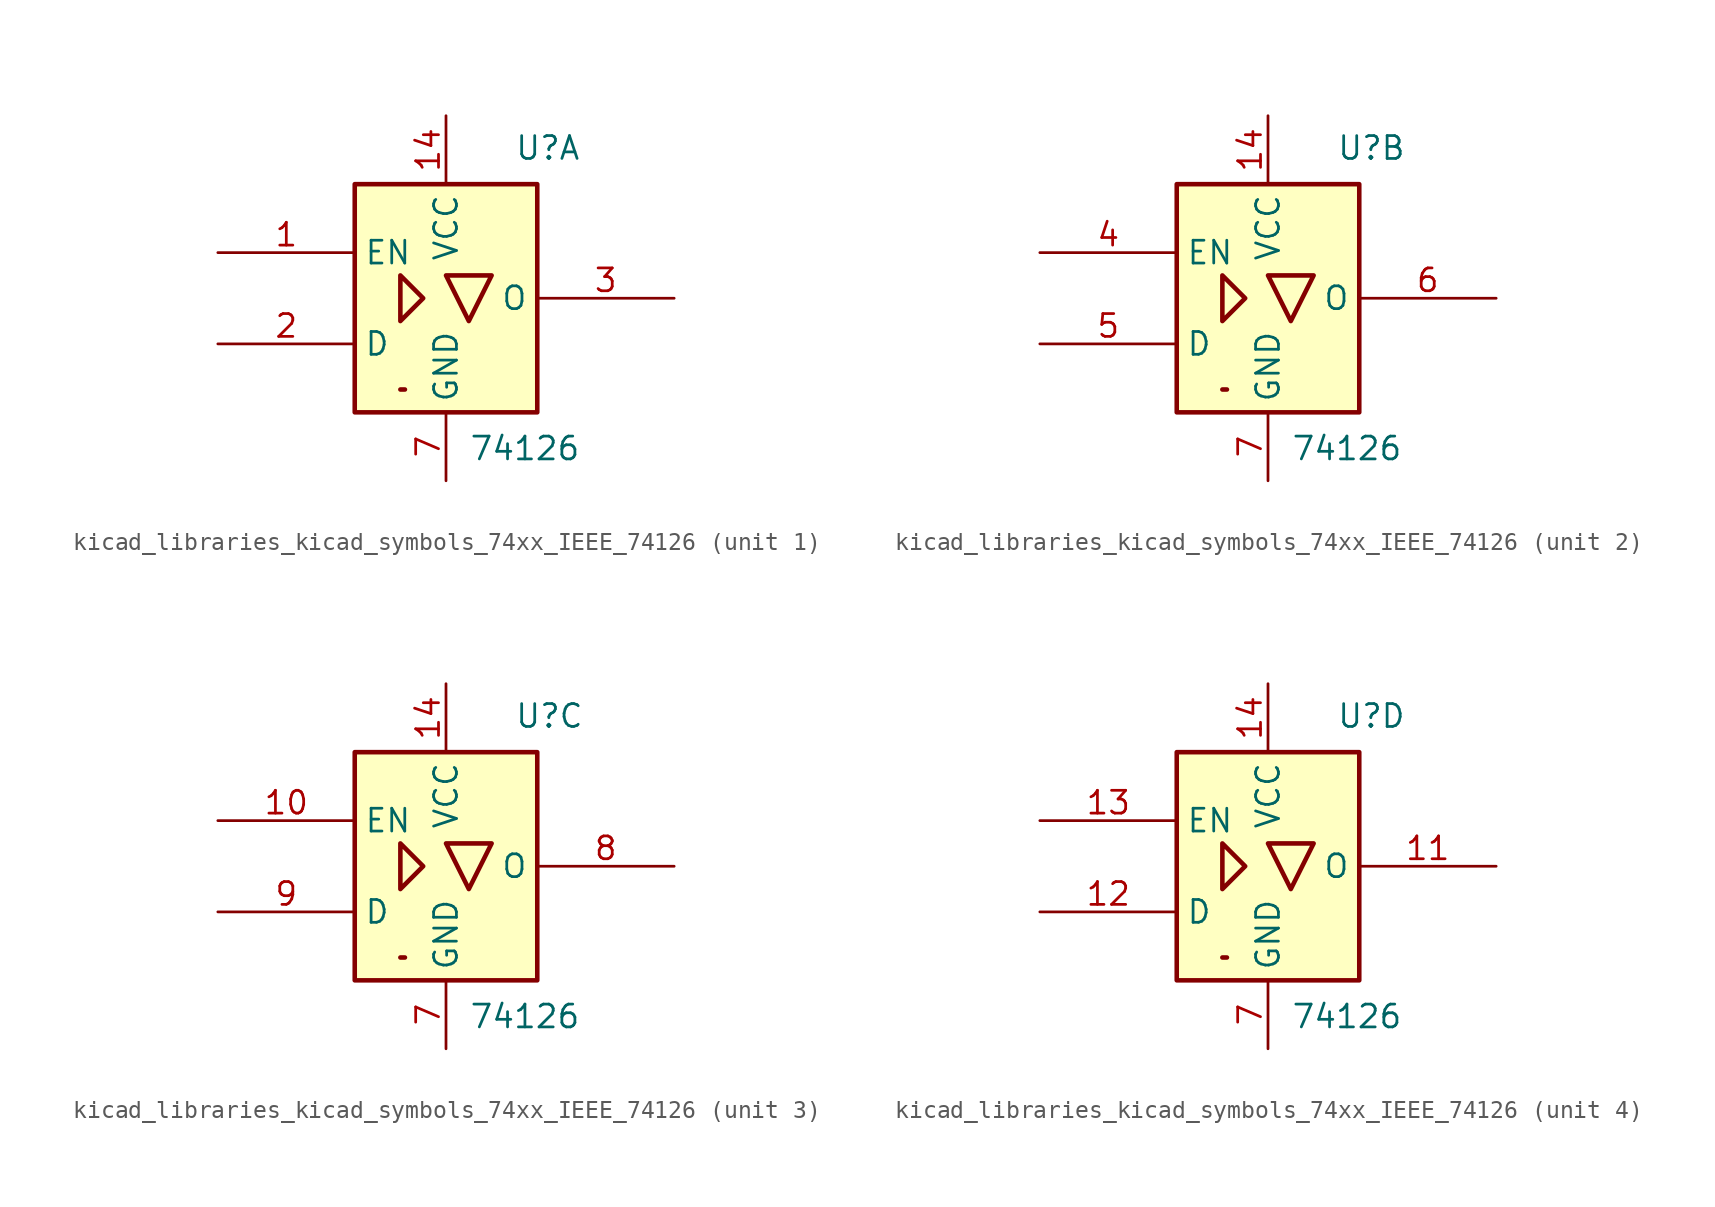
<source format=kicad_sym>
(kicad_symbol_lib
  (version 20220914)
  (generator kicad_symbol_editor)
  (symbol "kicad_libraries_kicad_symbols_74xx_IEEE_74126"
    (property "Reference" "U"
      (at 3.81 7.62 0)
      (effects (font (size 1.27 1.27)) (justify left bottom)))
    (property "Value" "74126"
      (at 1.27 -7.62 0)
      (effects (font (size 1.27 1.27)) (justify left top)))
    (symbol "kicad_libraries_kicad_symbols_74xx_IEEE_74126_0_0"
      (rectangle (start -2.286 -5.08) (end -2.54 -5.08) (stroke (width 0.254) (type default)) (fill (type background)))
      (pin power_in line (at 0 10.16 270) (length 3.81) (name "VCC" (effects (font (size 1.27 1.27)))) (number "14" (effects (font (size 1.27 1.27)))))
      (pin power_in line (at 0 -10.16 90) (length 3.81) (name "GND" (effects (font (size 1.27 1.27)))) (number "7" (effects (font (size 1.27 1.27))))))
    (symbol "kicad_libraries_kicad_symbols_74xx_IEEE_74126_0_1"
      (rectangle (start -5.08 6.35) (end 5.08 -6.35) (stroke (width 0.254) (type default)) (fill (type background)))
      (polyline (pts (xy -2.54 1.27) (xy -2.54 -1.27) (xy -1.27 0) (xy -2.54 1.27) (xy -2.54 1.27)) (stroke (width 0.254) (type default)) (fill (type background)))
      (polyline (pts (xy 0 1.27) (xy 2.54 1.27) (xy 1.27 -1.27) (xy 0 1.27) (xy 0 1.27)) (stroke (width 0.254) (type default)) (fill (type background))))
    (symbol "kicad_libraries_kicad_symbols_74xx_IEEE_74126_1_0"
      (pin input line (at -12.7 2.54 0) (length 7.62) (name "EN" (effects (font (size 1.27 1.27)))) (number "1" (effects (font (size 1.27 1.27))))))
    (symbol "kicad_libraries_kicad_symbols_74xx_IEEE_74126_1_1"
      (pin input line (at -12.7 -2.54 0) (length 7.62) (name "D" (effects (font (size 1.27 1.27)))) (number "2" (effects (font (size 1.27 1.27)))))
      (pin tri_state line (at 12.7 0 180) (length 7.62) (name "O" (effects (font (size 1.27 1.27)))) (number "3" (effects (font (size 1.27 1.27))))))
    (symbol "kicad_libraries_kicad_symbols_74xx_IEEE_74126_2_0"
      (pin input line (at -12.7 2.54 0) (length 7.62) (name "EN" (effects (font (size 1.27 1.27)))) (number "4" (effects (font (size 1.27 1.27))))))
    (symbol "kicad_libraries_kicad_symbols_74xx_IEEE_74126_2_1"
      (pin input line (at -12.7 -2.54 0) (length 7.62) (name "D" (effects (font (size 1.27 1.27)))) (number "5" (effects (font (size 1.27 1.27)))))
      (pin tri_state line (at 12.7 0 180) (length 7.62) (name "O" (effects (font (size 1.27 1.27)))) (number "6" (effects (font (size 1.27 1.27))))))
    (symbol "kicad_libraries_kicad_symbols_74xx_IEEE_74126_3_0"
      (pin input line (at -12.7 2.54 0) (length 7.62) (name "EN" (effects (font (size 1.27 1.27)))) (number "10" (effects (font (size 1.27 1.27))))))
    (symbol "kicad_libraries_kicad_symbols_74xx_IEEE_74126_3_1"
      (pin tri_state line (at 12.7 0 180) (length 7.62) (name "O" (effects (font (size 1.27 1.27)))) (number "8" (effects (font (size 1.27 1.27)))))
      (pin input line (at -12.7 -2.54 0) (length 7.62) (name "D" (effects (font (size 1.27 1.27)))) (number "9" (effects (font (size 1.27 1.27))))))
    (symbol "kicad_libraries_kicad_symbols_74xx_IEEE_74126_4_0"
      (pin input line (at -12.7 2.54 0) (length 7.62) (name "EN" (effects (font (size 1.27 1.27)))) (number "13" (effects (font (size 1.27 1.27))))))
    (symbol "kicad_libraries_kicad_symbols_74xx_IEEE_74126_4_1"
      (pin tri_state line (at 12.7 0 180) (length 7.62) (name "O" (effects (font (size 1.27 1.27)))) (number "11" (effects (font (size 1.27 1.27)))))
      (pin input line (at -12.7 -2.54 0) (length 7.62) (name "D" (effects (font (size 1.27 1.27)))) (number "12" (effects (font (size 1.27 1.27))))))))
</source>
